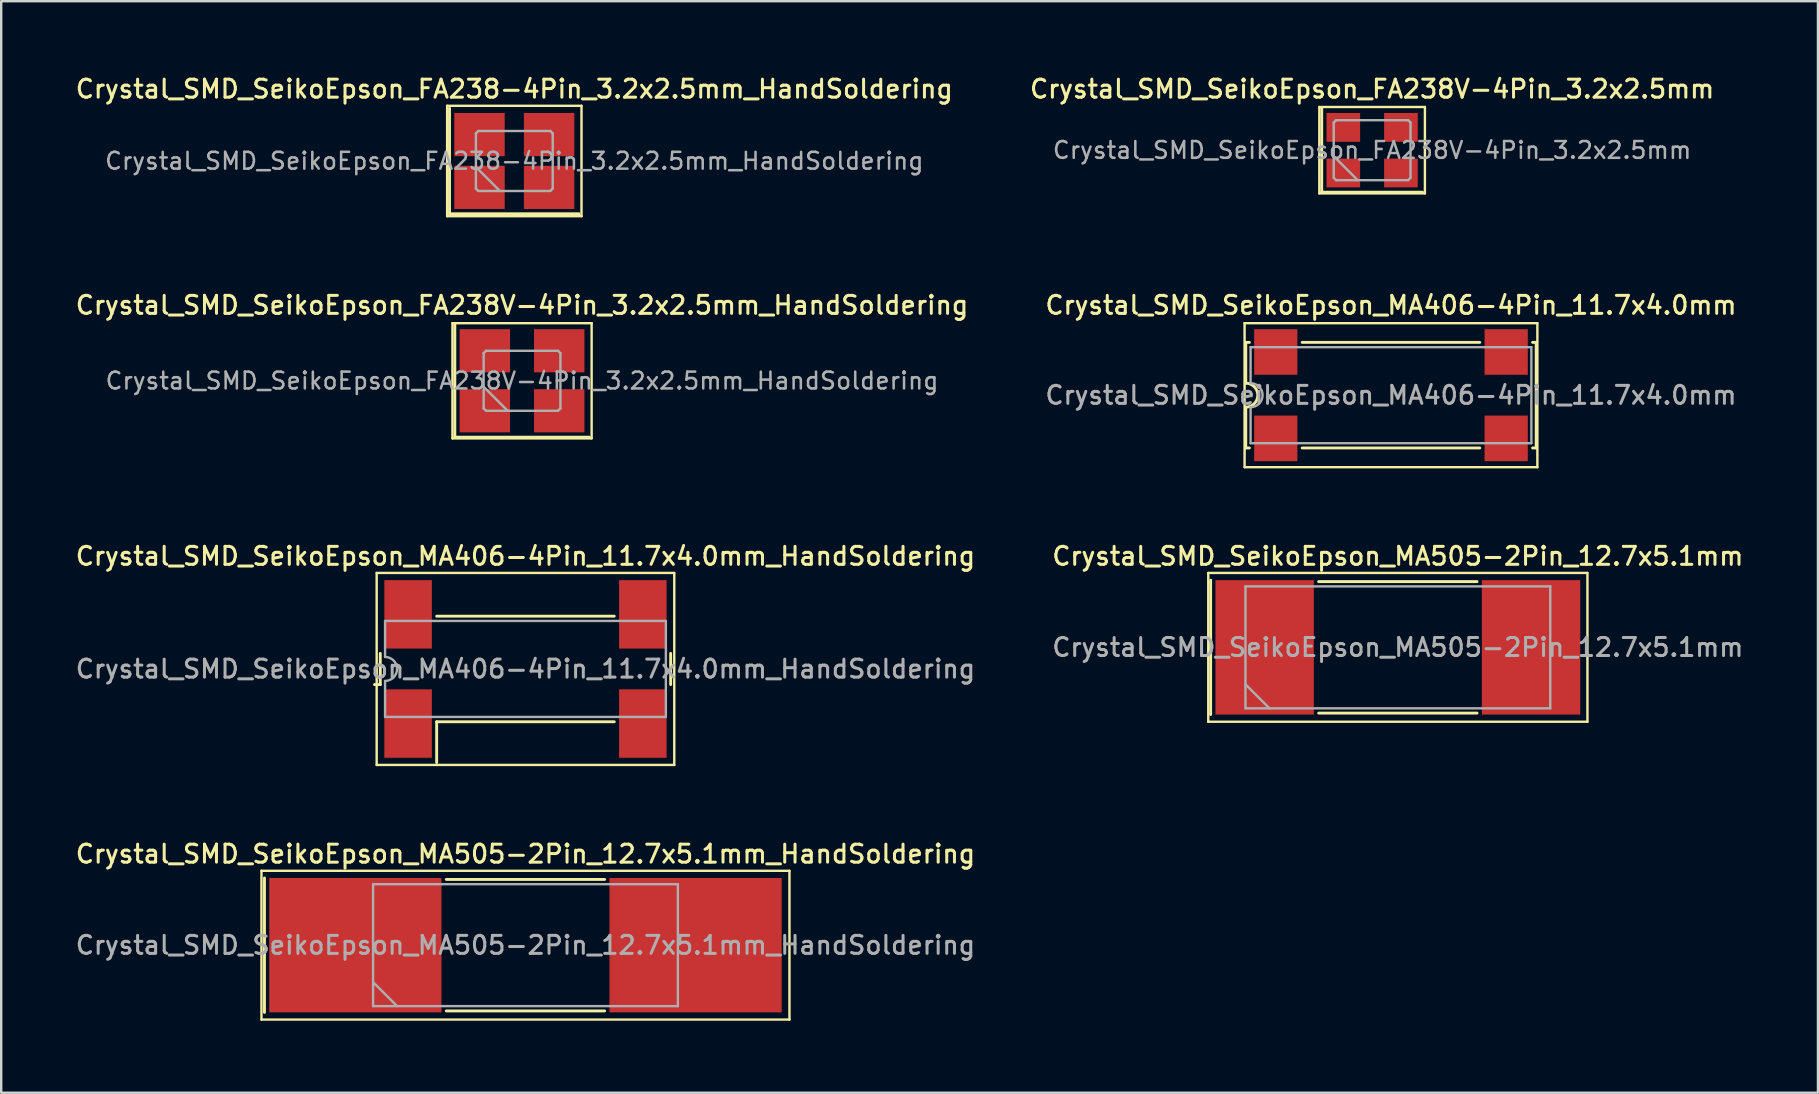
<source format=kicad_pcb>
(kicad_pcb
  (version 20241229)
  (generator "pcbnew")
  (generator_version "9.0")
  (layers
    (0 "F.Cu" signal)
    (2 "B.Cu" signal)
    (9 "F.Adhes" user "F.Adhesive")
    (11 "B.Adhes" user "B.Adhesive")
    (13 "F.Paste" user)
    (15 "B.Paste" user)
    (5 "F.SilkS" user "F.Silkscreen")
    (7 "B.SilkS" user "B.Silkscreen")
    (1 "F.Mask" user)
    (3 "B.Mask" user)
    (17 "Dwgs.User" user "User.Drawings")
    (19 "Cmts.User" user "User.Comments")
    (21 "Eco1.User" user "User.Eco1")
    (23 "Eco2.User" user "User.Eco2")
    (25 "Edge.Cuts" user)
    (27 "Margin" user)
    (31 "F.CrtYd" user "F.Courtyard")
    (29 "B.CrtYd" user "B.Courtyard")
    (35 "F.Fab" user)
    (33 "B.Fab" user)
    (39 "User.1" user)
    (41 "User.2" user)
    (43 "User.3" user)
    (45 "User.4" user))
  (footprint "Crystal_SMD_SeikoEpson_MA406-4Pin_11.7x4.0mm"
    (layer "F.Cu")
    (at 54.909 13.416)
    (property "Reference" "Crystal_SMD_SeikoEpson_MA406-4Pin_11.7x4.0mm" (at 0 -3.75 0) (layer "F.SilkS") (effects (font (size 0.75 0.75) (thickness 0.125))))
    (attr smd)
    (fp_line (start -6.1 -3) (end -6.1 3) (stroke (width 0.1) (type solid)) (layer "F.SilkS"))
    (fp_line (start -6.1 3) (end 6.1 3) (stroke (width 0.1) (type solid)) (layer "F.SilkS"))
    (fp_line (start -6.05 -2.2) (end -5.9 -2.2) (stroke (width 0.12) (type solid)) (layer "F.SilkS"))
    (fp_line (start -6.05 -0.5) (end -6.05 -2.2) (stroke (width 0.12) (type solid)) (layer "F.SilkS"))
    (fp_line (start -6.05 2.2) (end -6.05 0.5) (stroke (width 0.12) (type solid)) (layer "F.SilkS"))
    (fp_line (start -6.05 2.2) (end -5.9 2.2) (stroke (width 0.12) (type solid)) (layer "F.SilkS"))
    (fp_line (start -3.7 -2.2) (end 3.7 -2.2) (stroke (width 0.12) (type solid)) (layer "F.SilkS"))
    (fp_line (start 3.7 2.2) (end -3.7 2.2) (stroke (width 0.12) (type solid)) (layer "F.SilkS"))
    (fp_line (start 5.9 -2.2) (end 6.05 -2.2) (stroke (width 0.12) (type solid)) (layer "F.SilkS"))
    (fp_line (start 6.05 -2.2) (end 6.05 2.2) (stroke (width 0.12) (type solid)) (layer "F.SilkS"))
    (fp_line (start 6.05 2.2) (end 5.9 2.2) (stroke (width 0.12) (type solid)) (layer "F.SilkS"))
    (fp_line (start 6.1 -3) (end -6.1 -3) (stroke (width 0.1) (type solid)) (layer "F.SilkS"))
    (fp_line (start 6.1 3) (end 6.1 -3) (stroke (width 0.1) (type solid)) (layer "F.SilkS"))
    (fp_arc (start -6.05 -0.5) (mid -5.55 0) (end -6.05 0.5) (stroke (width 0.12) (type solid)) (layer "F.SilkS"))
    (fp_line (start -5.85 -2) (end 5.85 -2) (stroke (width 0.1) (type solid)) (layer "F.Fab"))
    (fp_line (start -5.85 -0.5) (end -5.85 -2) (stroke (width 0.1) (type solid)) (layer "F.Fab"))
    (fp_line (start -5.85 2) (end -5.85 0.5) (stroke (width 0.1) (type solid)) (layer "F.Fab"))
    (fp_line (start 5.85 -2) (end 5.85 2) (stroke (width 0.1) (type solid)) (layer "F.Fab"))
    (fp_line (start 5.85 2) (end -5.85 2) (stroke (width 0.1) (type solid)) (layer "F.Fab"))
    (fp_arc (start -5.85 -0.5) (mid -5.35 0) (end -5.85 0.5) (stroke (width 0.1) (type solid)) (layer "F.Fab"))
    (fp_text user "${REFERENCE}" (at 0 0 0) (layer "F.Fab") (effects (font (size 0.75 0.75) (thickness 0.125))))
    (pad "1" smd rect (at -4.8 1.8) (size 1.8 1.9) (layers "F.Cu" "F.Mask" "F.Paste"))
    (pad "2" smd rect (at 4.8 1.8) (size 1.8 1.9) (layers "F.Cu" "F.Mask" "F.Paste"))
    (pad "3" smd rect (at 4.8 -1.8) (size 1.8 1.9) (layers "F.Cu" "F.Mask" "F.Paste"))
    (pad "4" smd rect (at -4.8 -1.8) (size 1.8 1.9) (layers "F.Cu" "F.Mask" "F.Paste")))
  (footprint "Crystal_SMD_SeikoEpson_MA406-4Pin_11.7x4.0mm_HandSoldering"
    (layer "F.Cu")
    (at 18.845 24.824)
    (property "Reference" "Crystal_SMD_SeikoEpson_MA406-4Pin_11.7x4.0mm_HandSoldering" (at 0 -4.7 0) (layer "F.SilkS") (effects (font (size 0.75 0.75) (thickness 0.125))))
    (attr smd)
    (fp_line (start -6.29 0.65) (end -6.05 0.65) (stroke (width 0.12) (type solid)) (layer "F.SilkS"))
    (fp_line (start -6.2 -4) (end -6.2 4) (stroke (width 0.1) (type solid)) (layer "F.SilkS"))
    (fp_line (start -6.2 4) (end 6.2 4) (stroke (width 0.1) (type solid)) (layer "F.SilkS"))
    (fp_line (start -6.05 0.65) (end -6.05 -0.65) (stroke (width 0.12) (type solid)) (layer "F.SilkS"))
    (fp_line (start -3.7 -2.2) (end 3.7 -2.2) (stroke (width 0.12) (type solid)) (layer "F.SilkS"))
    (fp_line (start -3.7 2.2) (end -3.7 3.9) (stroke (width 0.12) (type solid)) (layer "F.SilkS"))
    (fp_line (start 3.7 2.2) (end -3.7 2.2) (stroke (width 0.12) (type solid)) (layer "F.SilkS"))
    (fp_line (start 6.05 -0.65) (end 6.05 0.65) (stroke (width 0.12) (type solid)) (layer "F.SilkS"))
    (fp_line (start 6.2 -4) (end -6.2 -4) (stroke (width 0.1) (type solid)) (layer "F.SilkS"))
    (fp_line (start 6.2 4) (end 6.2 -4) (stroke (width 0.1) (type solid)) (layer "F.SilkS"))
    (fp_line (start -5.85 -2) (end 5.85 -2) (stroke (width 0.1) (type solid)) (layer "F.Fab"))
    (fp_line (start -5.85 -0.5) (end -5.85 -2) (stroke (width 0.1) (type solid)) (layer "F.Fab"))
    (fp_line (start -5.85 2) (end -5.85 0.5) (stroke (width 0.1) (type solid)) (layer "F.Fab"))
    (fp_line (start 5.85 -2) (end 5.85 2) (stroke (width 0.1) (type solid)) (layer "F.Fab"))
    (fp_line (start 5.85 2) (end -5.85 2) (stroke (width 0.1) (type solid)) (layer "F.Fab"))
    (fp_arc (start -5.85 -0.5) (mid -5.35 0) (end -5.85 0.5) (stroke (width 0.1) (type solid)) (layer "F.Fab"))
    (fp_text user "${REFERENCE}" (at 0 0 0) (layer "F.Fab") (effects (font (size 0.75 0.75) (thickness 0.125))))
    (pad "1" smd rect (at -4.89 2.275) (size 1.98 2.85) (layers "F.Cu" "F.Mask" "F.Paste"))
    (pad "2" smd rect (at 4.89 2.275) (size 1.98 2.85) (layers "F.Cu" "F.Mask" "F.Paste"))
    (pad "3" smd rect (at 4.89 -2.275) (size 1.98 2.85) (layers "F.Cu" "F.Mask" "F.Paste"))
    (pad "4" smd rect (at -4.89 -2.275) (size 1.98 2.85) (layers "F.Cu" "F.Mask" "F.Paste")))
  (footprint "Crystal_SMD_SeikoEpson_FA238V-4Pin_3.2x2.5mm_HandSoldering"
    (layer "F.Cu")
    (at 18.702 12.816)
    (property "Reference" "Crystal_SMD_SeikoEpson_FA238V-4Pin_3.2x2.5mm_HandSoldering" (at 0 -3.15 0) (layer "F.SilkS") (effects (font (size 0.75 0.75) (thickness 0.125))))
    (attr smd)
    (fp_line (start -2.9 -2.4) (end -2.9 2.4) (stroke (width 0.1) (type solid)) (layer "F.SilkS"))
    (fp_line (start -2.9 2.4) (end 2.9 2.4) (stroke (width 0.1) (type solid)) (layer "F.SilkS"))
    (fp_line (start -2.8 -2.35) (end -2.8 2.35) (stroke (width 0.12) (type solid)) (layer "F.SilkS"))
    (fp_line (start -2.8 2.35) (end 2.8 2.35) (stroke (width 0.12) (type solid)) (layer "F.SilkS"))
    (fp_line (start 2.9 -2.4) (end -2.9 -2.4) (stroke (width 0.1) (type solid)) (layer "F.SilkS"))
    (fp_line (start 2.9 2.4) (end 2.9 -2.4) (stroke (width 0.1) (type solid)) (layer "F.SilkS"))
    (fp_line (start -1.6 -1.15) (end -1.5 -1.25) (stroke (width 0.1) (type solid)) (layer "F.Fab"))
    (fp_line (start -1.6 0.25) (end -0.6 1.25) (stroke (width 0.1) (type solid)) (layer "F.Fab"))
    (fp_line (start -1.6 1.15) (end -1.6 -1.15) (stroke (width 0.1) (type solid)) (layer "F.Fab"))
    (fp_line (start -1.5 -1.25) (end 1.5 -1.25) (stroke (width 0.1) (type solid)) (layer "F.Fab"))
    (fp_line (start -1.5 1.25) (end -1.6 1.15) (stroke (width 0.1) (type solid)) (layer "F.Fab"))
    (fp_line (start 1.5 -1.25) (end 1.6 -1.15) (stroke (width 0.1) (type solid)) (layer "F.Fab"))
    (fp_line (start 1.5 1.25) (end -1.5 1.25) (stroke (width 0.1) (type solid)) (layer "F.Fab"))
    (fp_line (start 1.6 -1.15) (end 1.6 1.15) (stroke (width 0.1) (type solid)) (layer "F.Fab"))
    (fp_line (start 1.6 1.15) (end 1.5 1.25) (stroke (width 0.1) (type solid)) (layer "F.Fab"))
    (fp_text user "${REFERENCE}" (at 0 0 0) (layer "F.Fab") (effects (font (size 0.7 0.7) (thickness 0.105))))
    (pad "1" smd rect (at -1.55 1.25) (size 2.1 1.8) (layers "F.Cu" "F.Mask" "F.Paste"))
    (pad "2" smd rect (at 1.55 1.25) (size 2.1 1.8) (layers "F.Cu" "F.Mask" "F.Paste"))
    (pad "3" smd rect (at 1.55 -1.25) (size 2.1 1.8) (layers "F.Cu" "F.Mask" "F.Paste"))
    (pad "4" smd rect (at -1.55 -1.25) (size 2.1 1.8) (layers "F.Cu" "F.Mask" "F.Paste")))
  (footprint "Crystal_SMD_SeikoEpson_MA505-2Pin_12.7x5.1mm"
    (layer "F.Cu")
    (at 55.195 23.924)
    (property "Reference" "Crystal_SMD_SeikoEpson_MA505-2Pin_12.7x5.1mm" (at 0 -3.8 0) (layer "F.SilkS") (effects (font (size 0.75 0.75) (thickness 0.125))))
    (attr smd)
    (fp_line (start -7.9 -3.1) (end -7.9 3.1) (stroke (width 0.1) (type solid)) (layer "F.SilkS"))
    (fp_line (start -7.9 3.1) (end 7.9 3.1) (stroke (width 0.1) (type solid)) (layer "F.SilkS"))
    (fp_line (start -7.8 -2.8) (end -7.8 2.8) (stroke (width 0.12) (type solid)) (layer "F.SilkS"))
    (fp_line (start -3.3 -2.74) (end 3.3 -2.74) (stroke (width 0.12) (type solid)) (layer "F.SilkS"))
    (fp_line (start -3.3 2.74) (end 3.3 2.74) (stroke (width 0.12) (type solid)) (layer "F.SilkS"))
    (fp_line (start 7.9 -3.1) (end -7.9 -3.1) (stroke (width 0.1) (type solid)) (layer "F.SilkS"))
    (fp_line (start 7.9 3.1) (end 7.9 -3.1) (stroke (width 0.1) (type solid)) (layer "F.SilkS"))
    (fp_line (start -6.35 -2.54) (end -6.35 2.54) (stroke (width 0.1) (type solid)) (layer "F.Fab"))
    (fp_line (start -6.35 1.54) (end -5.35 2.54) (stroke (width 0.1) (type solid)) (layer "F.Fab"))
    (fp_line (start -6.35 2.54) (end 6.35 2.54) (stroke (width 0.1) (type solid)) (layer "F.Fab"))
    (fp_line (start 6.35 -2.54) (end -6.35 -2.54) (stroke (width 0.1) (type solid)) (layer "F.Fab"))
    (fp_line (start 6.35 2.54) (end 6.35 -2.54) (stroke (width 0.1) (type solid)) (layer "F.Fab"))
    (fp_text user "${REFERENCE}" (at 0 0 0) (layer "F.Fab") (effects (font (size 0.75 0.75) (thickness 0.125))))
    (pad "1" smd rect (at -5.55 0) (size 4.1 5.6) (layers "F.Cu" "F.Mask" "F.Paste"))
    (pad "2" smd rect (at 5.55 0) (size 4.1 5.6) (layers "F.Cu" "F.Mask" "F.Paste")))
  (footprint "Crystal_SMD_SeikoEpson_MA505-2Pin_12.7x5.1mm_HandSoldering"
    (layer "F.Cu")
    (at 18.845 36.333)
    (property "Reference" "Crystal_SMD_SeikoEpson_MA505-2Pin_12.7x5.1mm_HandSoldering" (at 0 -3.8 0) (layer "F.SilkS") (effects (font (size 0.75 0.75) (thickness 0.125))))
    (attr smd)
    (fp_line (start -11 -3.1) (end -11 3.1) (stroke (width 0.1) (type solid)) (layer "F.SilkS"))
    (fp_line (start -11 3.1) (end 11 3.1) (stroke (width 0.1) (type solid)) (layer "F.SilkS"))
    (fp_line (start -10.875 -2.8) (end -10.875 2.8) (stroke (width 0.12) (type solid)) (layer "F.SilkS"))
    (fp_line (start -3.3 -2.74) (end 3.3 -2.74) (stroke (width 0.12) (type solid)) (layer "F.SilkS"))
    (fp_line (start -3.3 2.74) (end 3.3 2.74) (stroke (width 0.12) (type solid)) (layer "F.SilkS"))
    (fp_line (start 11 -3.1) (end -11 -3.1) (stroke (width 0.1) (type solid)) (layer "F.SilkS"))
    (fp_line (start 11 3.1) (end 11 -3.1) (stroke (width 0.1) (type solid)) (layer "F.SilkS"))
    (fp_line (start -6.35 -2.54) (end -6.35 2.54) (stroke (width 0.1) (type solid)) (layer "F.Fab"))
    (fp_line (start -6.35 1.54) (end -5.35 2.54) (stroke (width 0.1) (type solid)) (layer "F.Fab"))
    (fp_line (start -6.35 2.54) (end 6.35 2.54) (stroke (width 0.1) (type solid)) (layer "F.Fab"))
    (fp_line (start 6.35 -2.54) (end -6.35 -2.54) (stroke (width 0.1) (type solid)) (layer "F.Fab"))
    (fp_line (start 6.35 2.54) (end 6.35 -2.54) (stroke (width 0.1) (type solid)) (layer "F.Fab"))
    (fp_text user "${REFERENCE}" (at 0 0 0) (layer "F.Fab") (effects (font (size 0.75 0.75) (thickness 0.125))))
    (pad "1" smd rect (at -7.088 0) (size 7.175 5.6) (layers "F.Cu" "F.Mask" "F.Paste"))
    (pad "2" smd rect (at 7.088 0) (size 7.175 5.6) (layers "F.Cu" "F.Mask" "F.Paste")))
  (footprint "Crystal_SMD_SeikoEpson_FA238V-4Pin_3.2x2.5mm"
    (layer "F.Cu")
    (at 54.123 3.208)
    (property "Reference" "Crystal_SMD_SeikoEpson_FA238V-4Pin_3.2x2.5mm" (at 0 -2.55 0) (layer "F.SilkS") (effects (font (size 0.75 0.75) (thickness 0.125))))
    (attr smd)
    (fp_line (start -2.2 -1.8) (end -2.2 1.8) (stroke (width 0.1) (type solid)) (layer "F.SilkS"))
    (fp_line (start -2.2 1.8) (end 2.2 1.8) (stroke (width 0.1) (type solid)) (layer "F.SilkS"))
    (fp_line (start -2.1 -1.75) (end -2.1 1.75) (stroke (width 0.12) (type solid)) (layer "F.SilkS"))
    (fp_line (start -2.1 1.75) (end 2.1 1.75) (stroke (width 0.12) (type solid)) (layer "F.SilkS"))
    (fp_line (start 2.2 -1.8) (end -2.2 -1.8) (stroke (width 0.1) (type solid)) (layer "F.SilkS"))
    (fp_line (start 2.2 1.8) (end 2.2 -1.8) (stroke (width 0.1) (type solid)) (layer "F.SilkS"))
    (fp_line (start -1.6 -1.15) (end -1.5 -1.25) (stroke (width 0.1) (type solid)) (layer "F.Fab"))
    (fp_line (start -1.6 0.25) (end -0.6 1.25) (stroke (width 0.1) (type solid)) (layer "F.Fab"))
    (fp_line (start -1.6 1.15) (end -1.6 -1.15) (stroke (width 0.1) (type solid)) (layer "F.Fab"))
    (fp_line (start -1.5 -1.25) (end 1.5 -1.25) (stroke (width 0.1) (type solid)) (layer "F.Fab"))
    (fp_line (start -1.5 1.25) (end -1.6 1.15) (stroke (width 0.1) (type solid)) (layer "F.Fab"))
    (fp_line (start 1.5 -1.25) (end 1.6 -1.15) (stroke (width 0.1) (type solid)) (layer "F.Fab"))
    (fp_line (start 1.5 1.25) (end -1.5 1.25) (stroke (width 0.1) (type solid)) (layer "F.Fab"))
    (fp_line (start 1.6 -1.15) (end 1.6 1.15) (stroke (width 0.1) (type solid)) (layer "F.Fab"))
    (fp_line (start 1.6 1.15) (end 1.5 1.25) (stroke (width 0.1) (type solid)) (layer "F.Fab"))
    (fp_text user "${REFERENCE}" (at 0 0 0) (layer "F.Fab") (effects (font (size 0.7 0.7) (thickness 0.105))))
    (pad "1" smd rect (at -1.2 0.95) (size 1.4 1.2) (layers "F.Cu" "F.Mask" "F.Paste"))
    (pad "2" smd rect (at 1.2 0.95) (size 1.4 1.2) (layers "F.Cu" "F.Mask" "F.Paste"))
    (pad "3" smd rect (at 1.2 -0.95) (size 1.4 1.2) (layers "F.Cu" "F.Mask" "F.Paste"))
    (pad "4" smd rect (at -1.2 -0.95) (size 1.4 1.2) (layers "F.Cu" "F.Mask" "F.Paste")))
  (footprint "Crystal_SMD_SeikoEpson_FA238-4Pin_3.2x2.5mm_HandSoldering"
    (layer "F.Cu")
    (at 18.38 3.658)
    (property "Reference" "Crystal_SMD_SeikoEpson_FA238-4Pin_3.2x2.5mm_HandSoldering" (at 0 -3 0) (layer "F.SilkS") (effects (font (size 0.75 0.75) (thickness 0.125))))
    (attr smd)
    (fp_line (start -2.8 -2.3) (end -2.8 2.3) (stroke (width 0.1) (type solid)) (layer "F.SilkS"))
    (fp_line (start -2.8 2.3) (end 2.8 2.3) (stroke (width 0.1) (type solid)) (layer "F.SilkS"))
    (fp_line (start -2.7 -2.2) (end -2.7 2.2) (stroke (width 0.12) (type solid)) (layer "F.SilkS"))
    (fp_line (start -2.7 2.2) (end 2.7 2.2) (stroke (width 0.12) (type solid)) (layer "F.SilkS"))
    (fp_line (start 2.8 -2.3) (end -2.8 -2.3) (stroke (width 0.1) (type solid)) (layer "F.SilkS"))
    (fp_line (start 2.8 2.3) (end 2.8 -2.3) (stroke (width 0.1) (type solid)) (layer "F.SilkS"))
    (fp_line (start -1.6 -1.15) (end -1.5 -1.25) (stroke (width 0.1) (type solid)) (layer "F.Fab"))
    (fp_line (start -1.6 0.25) (end -0.6 1.25) (stroke (width 0.1) (type solid)) (layer "F.Fab"))
    (fp_line (start -1.6 1.15) (end -1.6 -1.15) (stroke (width 0.1) (type solid)) (layer "F.Fab"))
    (fp_line (start -1.5 -1.25) (end 1.5 -1.25) (stroke (width 0.1) (type solid)) (layer "F.Fab"))
    (fp_line (start -1.5 1.25) (end -1.6 1.15) (stroke (width 0.1) (type solid)) (layer "F.Fab"))
    (fp_line (start 1.5 -1.25) (end 1.6 -1.15) (stroke (width 0.1) (type solid)) (layer "F.Fab"))
    (fp_line (start 1.5 1.25) (end -1.5 1.25) (stroke (width 0.1) (type solid)) (layer "F.Fab"))
    (fp_line (start 1.6 -1.15) (end 1.6 1.15) (stroke (width 0.1) (type solid)) (layer "F.Fab"))
    (fp_line (start 1.6 1.15) (end 1.5 1.25) (stroke (width 0.1) (type solid)) (layer "F.Fab"))
    (fp_text user "${REFERENCE}" (at 0 0 0) (layer "F.Fab") (effects (font (size 0.7 0.7) (thickness 0.105))))
    (pad "1" smd rect (at -1.45 1.1) (size 2.1 1.8) (layers "F.Cu" "F.Mask" "F.Paste"))
    (pad "2" smd rect (at 1.45 1.1) (size 2.1 1.8) (layers "F.Cu" "F.Mask" "F.Paste"))
    (pad "3" smd rect (at 1.45 -1.1) (size 2.1 1.8) (layers "F.Cu" "F.Mask" "F.Paste"))
    (pad "4" smd rect (at -1.45 -1.1) (size 2.1 1.8) (layers "F.Cu" "F.Mask" "F.Paste")))
  (gr_rect
    (start -3 -3)
    (end 72.7 42.483)
    (stroke (width 0.1) (type default))
    (fill no)
    (layer "Edge.Cuts")))
</source>
